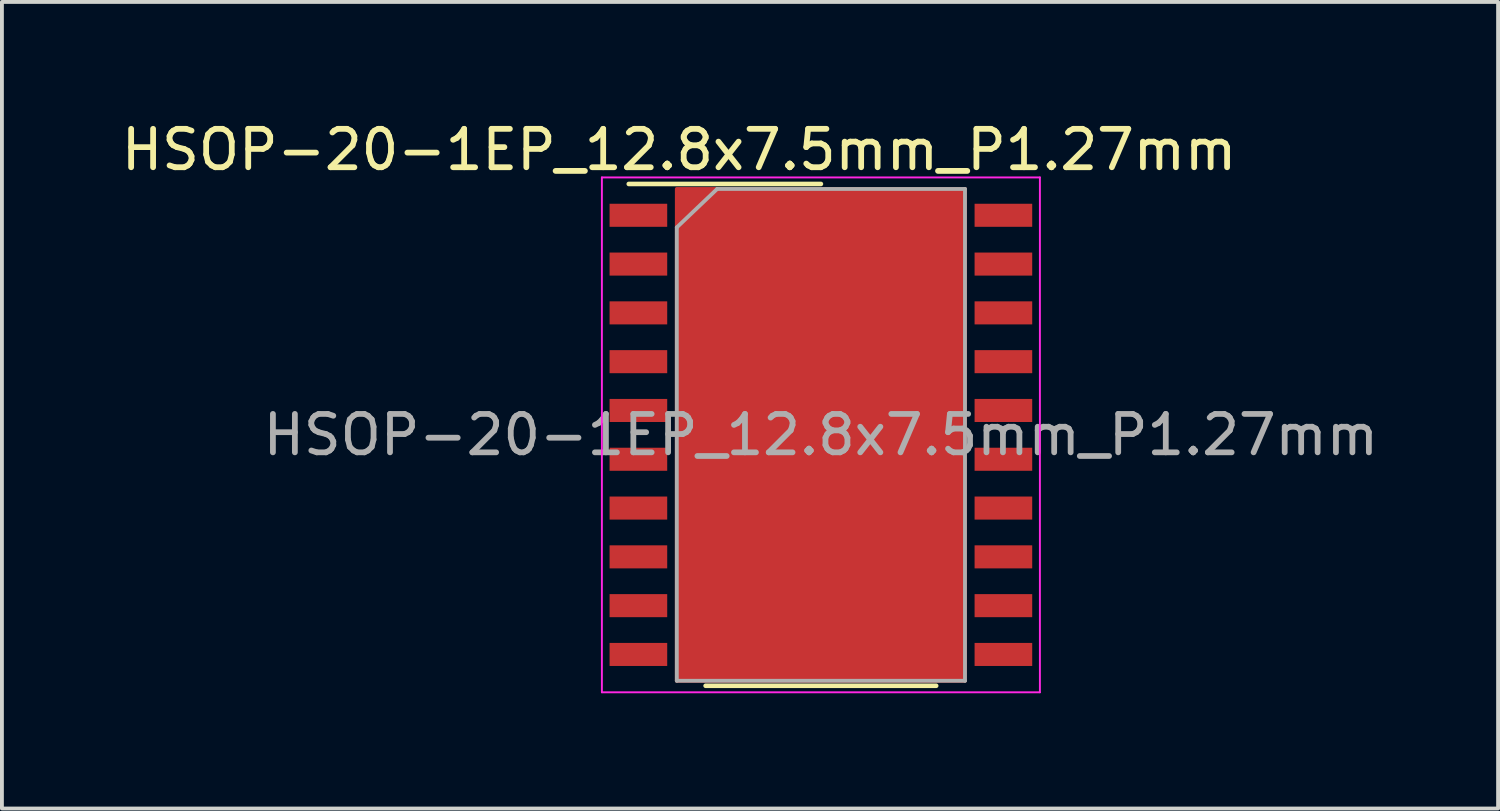
<source format=kicad_pcb>
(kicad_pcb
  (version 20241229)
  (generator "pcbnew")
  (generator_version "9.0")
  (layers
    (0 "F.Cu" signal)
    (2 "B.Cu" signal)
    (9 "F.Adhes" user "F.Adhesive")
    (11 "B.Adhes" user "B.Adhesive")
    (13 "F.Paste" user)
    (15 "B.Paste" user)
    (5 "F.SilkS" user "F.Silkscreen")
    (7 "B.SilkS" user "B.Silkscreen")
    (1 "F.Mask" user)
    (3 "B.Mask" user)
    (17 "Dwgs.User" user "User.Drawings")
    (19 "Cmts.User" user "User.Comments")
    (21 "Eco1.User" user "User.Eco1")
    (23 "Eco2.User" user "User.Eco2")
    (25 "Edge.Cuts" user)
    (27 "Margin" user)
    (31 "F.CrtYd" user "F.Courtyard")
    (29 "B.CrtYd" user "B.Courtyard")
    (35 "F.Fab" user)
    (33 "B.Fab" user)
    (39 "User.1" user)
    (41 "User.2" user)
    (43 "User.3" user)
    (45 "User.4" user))
  (footprint "HSOP-20-1EP_12.8x7.5mm_P1.27mm"
    (layer "F.Cu")
    (at 18.315 8.268)
    (property "Reference" "HSOP-20-1EP_12.8x7.5mm_P1.27mm" (at -3.69 -7.42 0) (layer "F.SilkS") (effects (font (size 1 1) (thickness 0.15))))
    (attr smd)
    (fp_poly (pts (xy 3.75 6.4) (xy -3.75 6.4) (xy -3.75 -6.4) (xy 3.75 -6.4)) (stroke (width 0.1) (type solid)) (fill yes) (layer "F.Cu"))
    (fp_poly (pts (xy 1.4 1.9) (xy -1.4 1.9) (xy -1.4 -1.9) (xy 1.4 -1.9)) (stroke (width 0.1) (type solid)) (fill yes) (layer "F.Mask"))
    (fp_line (start -5 -6.53) (end 0 -6.53) (stroke (width 0.12) (type solid)) (layer "F.SilkS"))
    (fp_line (start -3 6.53) (end 3 6.53) (stroke (width 0.12) (type solid)) (layer "F.SilkS"))
    (fp_poly (pts (xy 1.4 1.9) (xy -1.4 1.9) (xy -1.4 -1.9) (xy 1.4 -1.9)) (stroke (width 0.1) (type solid)) (fill yes) (layer "F.Paste"))
    (fp_line (start -5.7 -6.7) (end 5.7 -6.7) (stroke (width 0.05) (type solid)) (layer "F.CrtYd"))
    (fp_line (start -5.7 6.7) (end -5.7 -6.7) (stroke (width 0.05) (type solid)) (layer "F.CrtYd"))
    (fp_line (start 5.7 -6.7) (end 5.7 6.7) (stroke (width 0.05) (type solid)) (layer "F.CrtYd"))
    (fp_line (start 5.7 6.7) (end -5.7 6.7) (stroke (width 0.05) (type solid)) (layer "F.CrtYd"))
    (fp_line (start -3.75 -5.4) (end -2.7 -6.4) (stroke (width 0.1) (type solid)) (layer "F.Fab"))
    (fp_line (start -3.75 6.4) (end -3.75 -5.4) (stroke (width 0.1) (type solid)) (layer "F.Fab"))
    (fp_line (start -2.7 -6.4) (end 3.75 -6.4) (stroke (width 0.1) (type solid)) (layer "F.Fab"))
    (fp_line (start 3.75 -6.4) (end 3.75 6.4) (stroke (width 0.1) (type solid)) (layer "F.Fab"))
    (fp_line (start 3.75 6.4) (end -3.75 6.4) (stroke (width 0.1) (type solid)) (layer "F.Fab"))
    (fp_text user "${REFERENCE}" (at 0 0 0) (layer "F.Fab") (effects (font (size 1 1) (thickness 0.15))))
    (pad "1" smd rect (at -4.75 -5.715) (size 1.5 0.6) (layers "F.Cu" "F.Mask" "F.Paste"))
    (pad "2" smd rect (at -4.75 -4.445) (size 1.5 0.6) (layers "F.Cu" "F.Mask" "F.Paste"))
    (pad "3" smd rect (at -4.75 -3.175) (size 1.5 0.6) (layers "F.Cu" "F.Mask" "F.Paste"))
    (pad "4" smd rect (at -4.75 -1.905) (size 1.5 0.6) (layers "F.Cu" "F.Mask" "F.Paste"))
    (pad "5" smd rect (at -4.75 -0.635) (size 1.5 0.6) (layers "F.Cu" "F.Mask" "F.Paste"))
    (pad "6" smd rect (at -4.75 0.635) (size 1.5 0.6) (layers "F.Cu" "F.Mask" "F.Paste"))
    (pad "7" smd rect (at -4.75 1.905) (size 1.5 0.6) (layers "F.Cu" "F.Mask" "F.Paste"))
    (pad "8" smd rect (at -4.75 3.175) (size 1.5 0.6) (layers "F.Cu" "F.Mask" "F.Paste"))
    (pad "9" smd rect (at -4.75 4.445) (size 1.5 0.6) (layers "F.Cu" "F.Mask" "F.Paste"))
    (pad "10" smd rect (at -4.75 5.715) (size 1.5 0.6) (layers "F.Cu" "F.Mask" "F.Paste"))
    (pad "11" smd rect (at 4.75 5.715) (size 1.5 0.6) (layers "F.Cu" "F.Mask" "F.Paste"))
    (pad "12" smd rect (at 4.75 4.445) (size 1.5 0.6) (layers "F.Cu" "F.Mask" "F.Paste"))
    (pad "13" smd rect (at 4.75 3.175) (size 1.5 0.6) (layers "F.Cu" "F.Mask" "F.Paste"))
    (pad "14" smd rect (at 4.75 1.905) (size 1.5 0.6) (layers "F.Cu" "F.Mask" "F.Paste"))
    (pad "15" smd rect (at 4.75 0.635) (size 1.5 0.6) (layers "F.Cu" "F.Mask" "F.Paste"))
    (pad "16" smd rect (at 4.75 -0.635) (size 1.5 0.6) (layers "F.Cu" "F.Mask" "F.Paste"))
    (pad "17" smd rect (at 4.75 -1.905) (size 1.5 0.6) (layers "F.Cu" "F.Mask" "F.Paste"))
    (pad "18" smd rect (at 4.75 -3.175) (size 1.5 0.6) (layers "F.Cu" "F.Mask" "F.Paste"))
    (pad "19" smd rect (at 4.75 -4.445) (size 1.5 0.6) (layers "F.Cu" "F.Mask" "F.Paste"))
    (pad "20" smd rect (at 4.75 -5.715) (size 1.5 0.6) (layers "F.Cu" "F.Mask" "F.Paste")))
  (gr_rect
    (start -3 -3)
    (end 35.94 17.993)
    (stroke (width 0.1) (type default))
    (fill no)
    (layer "Edge.Cuts")))
</source>
